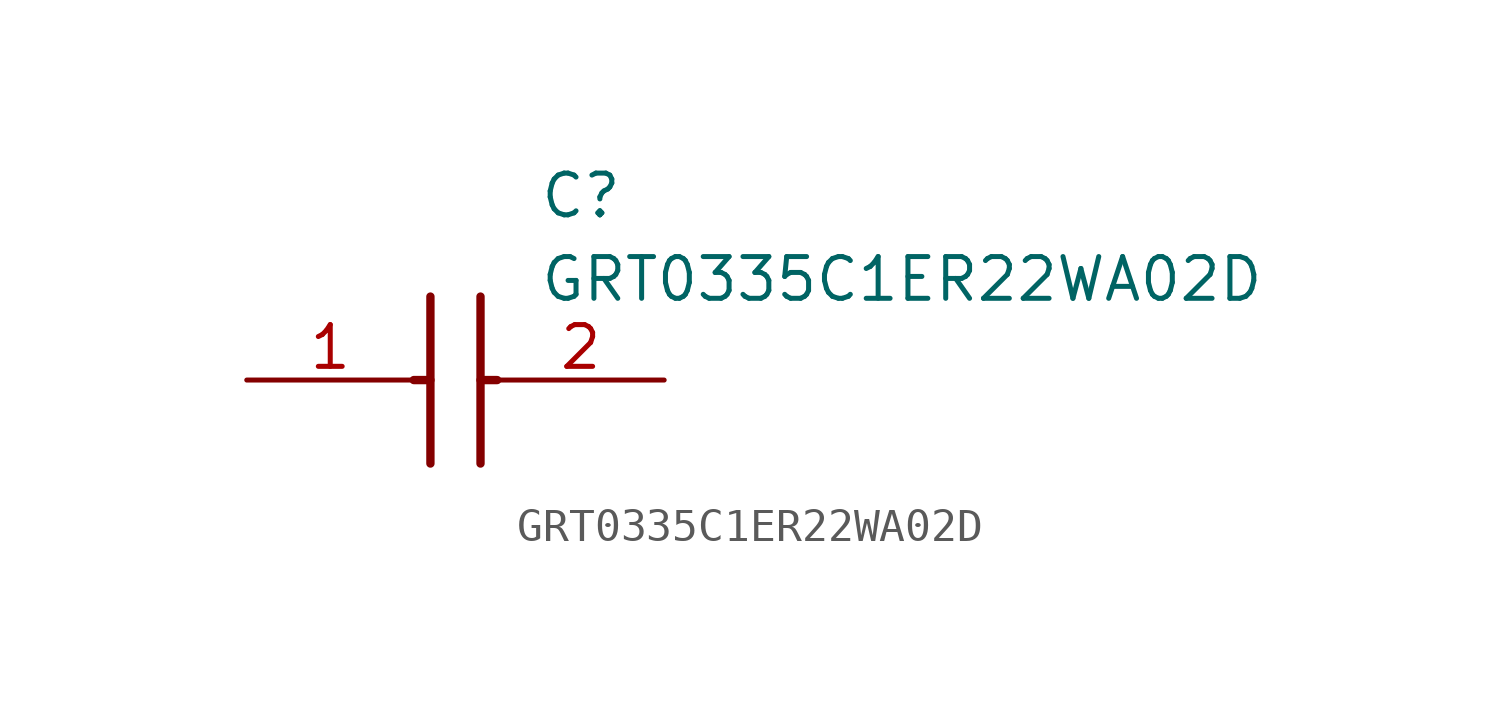
<source format=kicad_sym>
(kicad_symbol_lib
  (version 20211014)
  (generator SamacSys_ECAD_Model)
  (symbol "GRT0335C1ER22WA02D"
    (pin_names hide)
    (property "Reference" "C"
      (at 8.89 6.35 0)
      (effects (font (size 1.27 1.27)) (justify left top)))
    (property "Value" "GRT0335C1ER22WA02D"
      (at 8.89 3.81 0)
      (effects (font (size 1.27 1.27)) (justify left top)))
    (polyline
      (pts (xy 5.588 2.54) (xy 5.588 -2.54))
      (stroke (width 0.254) (type default))
      (fill (type none)))
    (polyline
      (pts (xy 7.112 2.54) (xy 7.112 -2.54))
      (stroke (width 0.254) (type default))
      (fill (type none)))
    (polyline
      (pts (xy 5.08 0) (xy 5.588 0))
      (stroke (width 0.254) (type default))
      (fill (type none)))
    (polyline
      (pts (xy 7.112 0) (xy 7.62 0))
      (stroke (width 0.254) (type default))
      (fill (type none)))
    (pin passive line
      (at 0 0 0)
      (length 5.08)
      (name "1" (effects (font (size 1.27 1.27))))
      (number "1" (effects (font (size 1.27 1.27)))))
    (pin passive line
      (at 12.7 0 180)
      (length 5.08)
      (name "2" (effects (font (size 1.27 1.27))))
      (number "2" (effects (font (size 1.27 1.27)))))))
</source>
